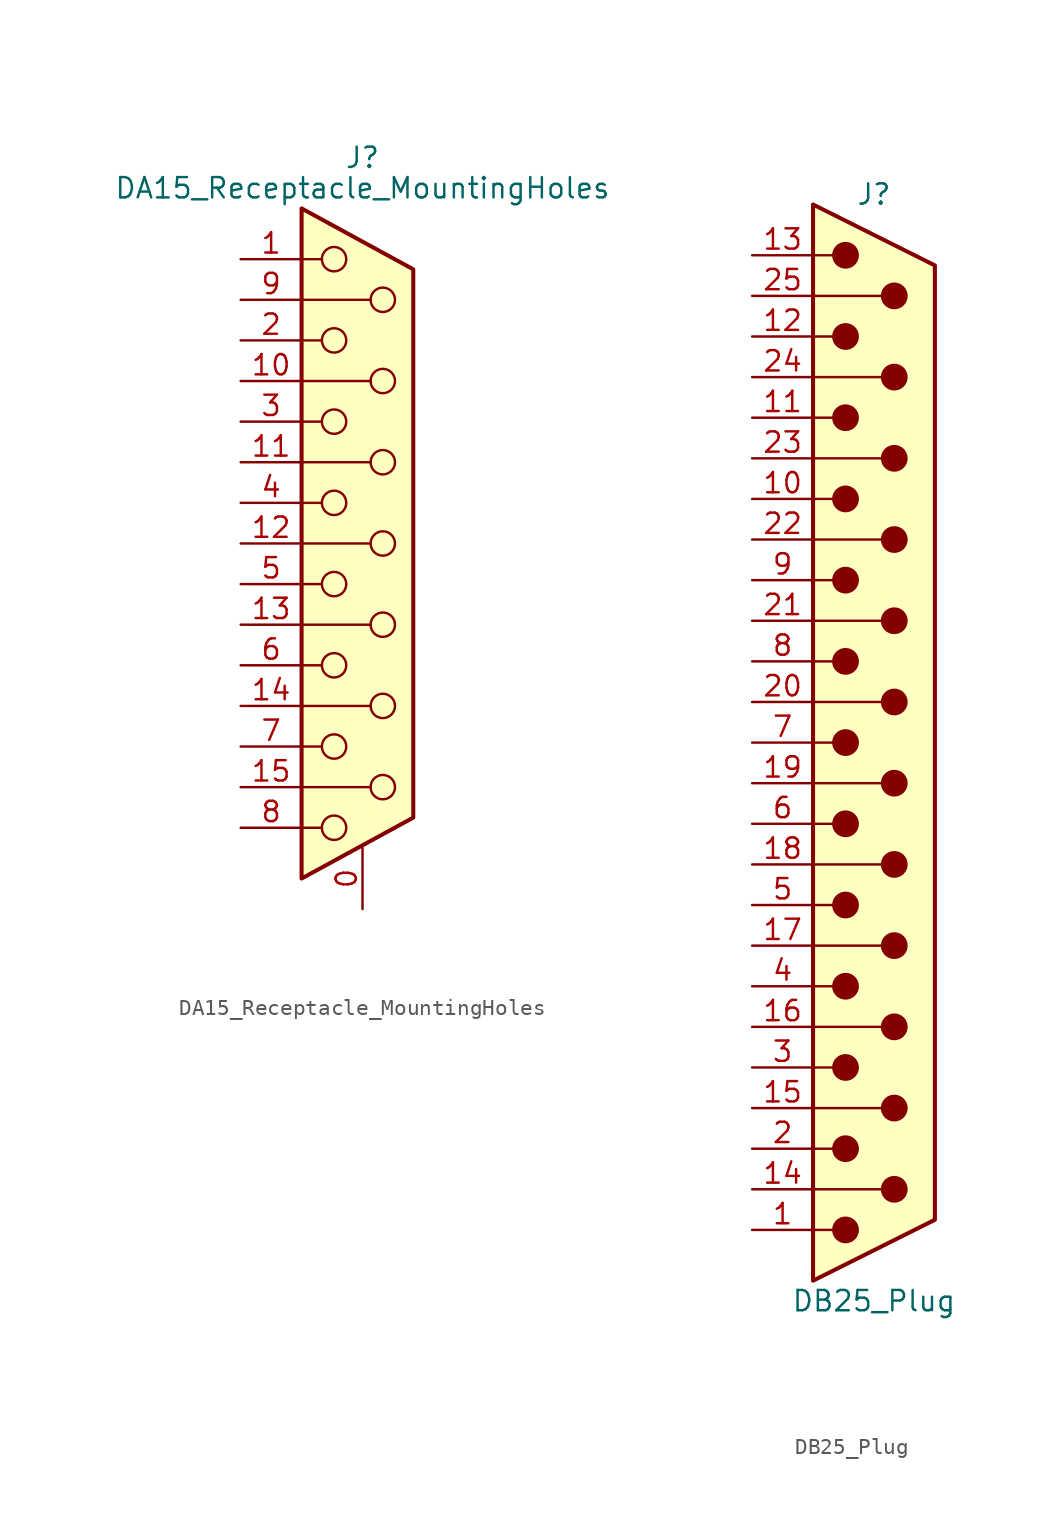
<source format=kicad_sym>
(kicad_symbol_lib
  (version 20220914)
  (generator kicad_symbol_editor)
  (symbol "DA15_Receptacle_MountingHoles"
    (pin_names
      (offset 1.016) hide)
    (property "Reference" "J"
      (at 0 24.13 0)
      (effects (font (size 1.27 1.27))))
    (property "Value" "DA15_Receptacle_MountingHoles"
      (at 0 22.225 0)
      (effects (font (size 1.27 1.27))))
    (symbol "DA15_Receptacle_MountingHoles_0_1"
      (circle (center -1.778 -17.78) (radius 0.762) (stroke (width 0) (type default)) (fill (type none)))
      (circle (center -1.778 -12.7) (radius 0.762) (stroke (width 0) (type default)) (fill (type none)))
      (circle (center -1.778 -7.62) (radius 0.762) (stroke (width 0) (type default)) (fill (type none)))
      (circle (center -1.778 -2.54) (radius 0.762) (stroke (width 0) (type default)) (fill (type none)))
      (circle (center -1.778 2.54) (radius 0.762) (stroke (width 0) (type default)) (fill (type none)))
      (circle (center -1.778 7.62) (radius 0.762) (stroke (width 0) (type default)) (fill (type none)))
      (circle (center -1.778 12.7) (radius 0.762) (stroke (width 0) (type default)) (fill (type none)))
      (circle (center -1.778 17.78) (radius 0.762) (stroke (width 0) (type default)) (fill (type none)))
      (polyline (pts (xy -3.81 -17.78) (xy -2.54 -17.78)) (stroke (width 0) (type default)) (fill (type none)))
      (polyline (pts (xy -3.81 -15.24) (xy 0.508 -15.24)) (stroke (width 0) (type default)) (fill (type none)))
      (polyline (pts (xy -3.81 -12.7) (xy -2.54 -12.7)) (stroke (width 0) (type default)) (fill (type none)))
      (polyline (pts (xy -3.81 -10.16) (xy 0.508 -10.16)) (stroke (width 0) (type default)) (fill (type none)))
      (polyline (pts (xy -3.81 -7.62) (xy -2.54 -7.62)) (stroke (width 0) (type default)) (fill (type none)))
      (polyline (pts (xy -3.81 -5.08) (xy 0.508 -5.08)) (stroke (width 0) (type default)) (fill (type none)))
      (polyline (pts (xy -3.81 -2.54) (xy -2.54 -2.54)) (stroke (width 0) (type default)) (fill (type none)))
      (polyline (pts (xy -3.81 0) (xy 0.508 0)) (stroke (width 0) (type default)) (fill (type none)))
      (polyline (pts (xy -3.81 2.54) (xy -2.54 2.54)) (stroke (width 0) (type default)) (fill (type none)))
      (polyline (pts (xy -3.81 5.08) (xy 0.508 5.08)) (stroke (width 0) (type default)) (fill (type none)))
      (polyline (pts (xy -3.81 7.62) (xy -2.54 7.62)) (stroke (width 0) (type default)) (fill (type none)))
      (polyline (pts (xy -3.81 10.16) (xy 0.508 10.16)) (stroke (width 0) (type default)) (fill (type none)))
      (polyline (pts (xy -3.81 12.7) (xy -2.54 12.7)) (stroke (width 0) (type default)) (fill (type none)))
      (polyline (pts (xy -3.81 15.24) (xy 0.508 15.24)) (stroke (width 0) (type default)) (fill (type none)))
      (polyline (pts (xy -3.81 17.78) (xy -2.54 17.78)) (stroke (width 0) (type default)) (fill (type none)))
      (polyline (pts (xy -3.81 20.955) (xy 3.175 17.145) (xy 3.175 -17.145) (xy -3.81 -20.955) (xy -3.81 20.955)) (stroke (width 0.254) (type default)) (fill (type background)))
      (circle (center 1.27 -15.24) (radius 0.762) (stroke (width 0) (type default)) (fill (type none)))
      (circle (center 1.27 -10.16) (radius 0.762) (stroke (width 0) (type default)) (fill (type none)))
      (circle (center 1.27 -5.08) (radius 0.762) (stroke (width 0) (type default)) (fill (type none)))
      (circle (center 1.27 0) (radius 0.762) (stroke (width 0) (type default)) (fill (type none)))
      (circle (center 1.27 5.08) (radius 0.762) (stroke (width 0) (type default)) (fill (type none)))
      (circle (center 1.27 10.16) (radius 0.762) (stroke (width 0) (type default)) (fill (type none)))
      (circle (center 1.27 15.24) (radius 0.762) (stroke (width 0) (type default)) (fill (type none))))
    (symbol "DA15_Receptacle_MountingHoles_1_1"
      (pin passive line (at 0 -22.86 90) (length 3.81) (name "PAD" (effects (font (size 1.27 1.27)))) (number "0" (effects (font (size 1.27 1.27)))))
      (pin passive line (at -7.62 17.78 0) (length 3.81) (name "1" (effects (font (size 1.27 1.27)))) (number "1" (effects (font (size 1.27 1.27)))))
      (pin passive line (at -7.62 10.16 0) (length 3.81) (name "P10" (effects (font (size 1.27 1.27)))) (number "10" (effects (font (size 1.27 1.27)))))
      (pin passive line (at -7.62 5.08 0) (length 3.81) (name "P111" (effects (font (size 1.27 1.27)))) (number "11" (effects (font (size 1.27 1.27)))))
      (pin passive line (at -7.62 0 0) (length 3.81) (name "P12" (effects (font (size 1.27 1.27)))) (number "12" (effects (font (size 1.27 1.27)))))
      (pin passive line (at -7.62 -5.08 0) (length 3.81) (name "P13" (effects (font (size 1.27 1.27)))) (number "13" (effects (font (size 1.27 1.27)))))
      (pin passive line (at -7.62 -10.16 0) (length 3.81) (name "P14" (effects (font (size 1.27 1.27)))) (number "14" (effects (font (size 1.27 1.27)))))
      (pin passive line (at -7.62 -15.24 0) (length 3.81) (name "P15" (effects (font (size 1.27 1.27)))) (number "15" (effects (font (size 1.27 1.27)))))
      (pin passive line (at -7.62 12.7 0) (length 3.81) (name "2" (effects (font (size 1.27 1.27)))) (number "2" (effects (font (size 1.27 1.27)))))
      (pin passive line (at -7.62 7.62 0) (length 3.81) (name "3" (effects (font (size 1.27 1.27)))) (number "3" (effects (font (size 1.27 1.27)))))
      (pin passive line (at -7.62 2.54 0) (length 3.81) (name "4" (effects (font (size 1.27 1.27)))) (number "4" (effects (font (size 1.27 1.27)))))
      (pin passive line (at -7.62 -2.54 0) (length 3.81) (name "5" (effects (font (size 1.27 1.27)))) (number "5" (effects (font (size 1.27 1.27)))))
      (pin passive line (at -7.62 -7.62 0) (length 3.81) (name "6" (effects (font (size 1.27 1.27)))) (number "6" (effects (font (size 1.27 1.27)))))
      (pin passive line (at -7.62 -12.7 0) (length 3.81) (name "7" (effects (font (size 1.27 1.27)))) (number "7" (effects (font (size 1.27 1.27)))))
      (pin passive line (at -7.62 -17.78 0) (length 3.81) (name "8" (effects (font (size 1.27 1.27)))) (number "8" (effects (font (size 1.27 1.27)))))
      (pin passive line (at -7.62 15.24 0) (length 3.81) (name "P9" (effects (font (size 1.27 1.27)))) (number "9" (effects (font (size 1.27 1.27)))))))
  (symbol "DB25_Plug"
    (pin_names
      (offset 1.016) hide)
    (property "Reference" "J"
      (at 0 34.29 0)
      (effects (font (size 1.27 1.27))))
    (property "Value" "DB25_Plug"
      (at 0 -34.925 0)
      (effects (font (size 1.27 1.27))))
    (symbol "DB25_Plug_0_1"
      (circle (center -1.778 -30.48) (radius 0.762) (stroke (width 0) (type default)) (fill (type outline)))
      (circle (center -1.778 -25.4) (radius 0.762) (stroke (width 0) (type default)) (fill (type outline)))
      (circle (center -1.778 -20.32) (radius 0.762) (stroke (width 0) (type default)) (fill (type outline)))
      (circle (center -1.778 -15.24) (radius 0.762) (stroke (width 0) (type default)) (fill (type outline)))
      (circle (center -1.778 -10.16) (radius 0.762) (stroke (width 0) (type default)) (fill (type outline)))
      (circle (center -1.778 -5.08) (radius 0.762) (stroke (width 0) (type default)) (fill (type outline)))
      (circle (center -1.778 0) (radius 0.762) (stroke (width 0) (type default)) (fill (type outline)))
      (circle (center -1.778 5.08) (radius 0.762) (stroke (width 0) (type default)) (fill (type outline)))
      (circle (center -1.778 10.16) (radius 0.762) (stroke (width 0) (type default)) (fill (type outline)))
      (circle (center -1.778 15.24) (radius 0.762) (stroke (width 0) (type default)) (fill (type outline)))
      (circle (center -1.778 20.32) (radius 0.762) (stroke (width 0) (type default)) (fill (type outline)))
      (circle (center -1.778 25.4) (radius 0.762) (stroke (width 0) (type default)) (fill (type outline)))
      (circle (center -1.778 30.48) (radius 0.762) (stroke (width 0) (type default)) (fill (type outline)))
      (polyline (pts (xy -3.81 -30.48) (xy -2.54 -30.48)) (stroke (width 0) (type default)) (fill (type none)))
      (polyline (pts (xy -3.81 -27.94) (xy 0.508 -27.94)) (stroke (width 0) (type default)) (fill (type none)))
      (polyline (pts (xy -3.81 -25.4) (xy -2.54 -25.4)) (stroke (width 0) (type default)) (fill (type none)))
      (polyline (pts (xy -3.81 -22.86) (xy 0.508 -22.86)) (stroke (width 0) (type default)) (fill (type none)))
      (polyline (pts (xy -3.81 -20.32) (xy -2.54 -20.32)) (stroke (width 0) (type default)) (fill (type none)))
      (polyline (pts (xy -3.81 -17.78) (xy 0.508 -17.78)) (stroke (width 0) (type default)) (fill (type none)))
      (polyline (pts (xy -3.81 -15.24) (xy -2.54 -15.24)) (stroke (width 0) (type default)) (fill (type none)))
      (polyline (pts (xy -3.81 -12.7) (xy 0.508 -12.7)) (stroke (width 0) (type default)) (fill (type none)))
      (polyline (pts (xy -3.81 -10.16) (xy -2.54 -10.16)) (stroke (width 0) (type default)) (fill (type none)))
      (polyline (pts (xy -3.81 -7.62) (xy 0.508 -7.62)) (stroke (width 0) (type default)) (fill (type none)))
      (polyline (pts (xy -3.81 -5.08) (xy -2.54 -5.08)) (stroke (width 0) (type default)) (fill (type none)))
      (polyline (pts (xy -3.81 -2.54) (xy 0.508 -2.54)) (stroke (width 0) (type default)) (fill (type none)))
      (polyline (pts (xy -3.81 0) (xy -2.54 0)) (stroke (width 0) (type default)) (fill (type none)))
      (polyline (pts (xy -3.81 2.54) (xy 0.508 2.54)) (stroke (width 0) (type default)) (fill (type none)))
      (polyline (pts (xy -3.81 5.08) (xy -2.54 5.08)) (stroke (width 0) (type default)) (fill (type none)))
      (polyline (pts (xy -3.81 7.62) (xy 0.508 7.62)) (stroke (width 0) (type default)) (fill (type none)))
      (polyline (pts (xy -3.81 10.16) (xy -2.54 10.16)) (stroke (width 0) (type default)) (fill (type none)))
      (polyline (pts (xy -3.81 12.7) (xy 0.508 12.7)) (stroke (width 0) (type default)) (fill (type none)))
      (polyline (pts (xy -3.81 15.24) (xy -2.54 15.24)) (stroke (width 0) (type default)) (fill (type none)))
      (polyline (pts (xy -3.81 17.78) (xy 0.508 17.78)) (stroke (width 0) (type default)) (fill (type none)))
      (polyline (pts (xy -3.81 20.32) (xy -2.54 20.32)) (stroke (width 0) (type default)) (fill (type none)))
      (polyline (pts (xy -3.81 22.86) (xy 0.508 22.86)) (stroke (width 0) (type default)) (fill (type none)))
      (polyline (pts (xy -3.81 25.4) (xy -2.54 25.4)) (stroke (width 0) (type default)) (fill (type none)))
      (polyline (pts (xy -3.81 27.94) (xy 0.508 27.94)) (stroke (width 0) (type default)) (fill (type none)))
      (polyline (pts (xy -3.81 30.48) (xy -2.54 30.48)) (stroke (width 0) (type default)) (fill (type none)))
      (polyline (pts (xy -3.81 -33.655) (xy 3.81 -29.845) (xy 3.81 29.845) (xy -3.81 33.655) (xy -3.81 -33.655)) (stroke (width 0.254) (type default)) (fill (type background)))
      (circle (center 1.27 -27.94) (radius 0.762) (stroke (width 0) (type default)) (fill (type outline)))
      (circle (center 1.27 -22.86) (radius 0.762) (stroke (width 0) (type default)) (fill (type outline)))
      (circle (center 1.27 -17.78) (radius 0.762) (stroke (width 0) (type default)) (fill (type outline)))
      (circle (center 1.27 -12.7) (radius 0.762) (stroke (width 0) (type default)) (fill (type outline)))
      (circle (center 1.27 -7.62) (radius 0.762) (stroke (width 0) (type default)) (fill (type outline)))
      (circle (center 1.27 -2.54) (radius 0.762) (stroke (width 0) (type default)) (fill (type outline)))
      (circle (center 1.27 2.54) (radius 0.762) (stroke (width 0) (type default)) (fill (type outline)))
      (circle (center 1.27 7.62) (radius 0.762) (stroke (width 0) (type default)) (fill (type outline)))
      (circle (center 1.27 12.7) (radius 0.762) (stroke (width 0) (type default)) (fill (type outline)))
      (circle (center 1.27 17.78) (radius 0.762) (stroke (width 0) (type default)) (fill (type outline)))
      (circle (center 1.27 22.86) (radius 0.762) (stroke (width 0) (type default)) (fill (type outline)))
      (circle (center 1.27 27.94) (radius 0.762) (stroke (width 0) (type default)) (fill (type outline))))
    (symbol "DB25_Plug_1_1"
      (pin passive line (at -7.62 -30.48 0) (length 3.81) (name "1" (effects (font (size 1.27 1.27)))) (number "1" (effects (font (size 1.27 1.27)))))
      (pin passive line (at -7.62 15.24 0) (length 3.81) (name "10" (effects (font (size 1.27 1.27)))) (number "10" (effects (font (size 1.27 1.27)))))
      (pin passive line (at -7.62 20.32 0) (length 3.81) (name "11" (effects (font (size 1.27 1.27)))) (number "11" (effects (font (size 1.27 1.27)))))
      (pin passive line (at -7.62 25.4 0) (length 3.81) (name "12" (effects (font (size 1.27 1.27)))) (number "12" (effects (font (size 1.27 1.27)))))
      (pin passive line (at -7.62 30.48 0) (length 3.81) (name "13" (effects (font (size 1.27 1.27)))) (number "13" (effects (font (size 1.27 1.27)))))
      (pin passive line (at -7.62 -27.94 0) (length 3.81) (name "P14" (effects (font (size 1.27 1.27)))) (number "14" (effects (font (size 1.27 1.27)))))
      (pin passive line (at -7.62 -22.86 0) (length 3.81) (name "P15" (effects (font (size 1.27 1.27)))) (number "15" (effects (font (size 1.27 1.27)))))
      (pin passive line (at -7.62 -17.78 0) (length 3.81) (name "P16" (effects (font (size 1.27 1.27)))) (number "16" (effects (font (size 1.27 1.27)))))
      (pin passive line (at -7.62 -12.7 0) (length 3.81) (name "P17" (effects (font (size 1.27 1.27)))) (number "17" (effects (font (size 1.27 1.27)))))
      (pin passive line (at -7.62 -7.62 0) (length 3.81) (name "P18" (effects (font (size 1.27 1.27)))) (number "18" (effects (font (size 1.27 1.27)))))
      (pin passive line (at -7.62 -2.54 0) (length 3.81) (name "P19" (effects (font (size 1.27 1.27)))) (number "19" (effects (font (size 1.27 1.27)))))
      (pin passive line (at -7.62 -25.4 0) (length 3.81) (name "2" (effects (font (size 1.27 1.27)))) (number "2" (effects (font (size 1.27 1.27)))))
      (pin passive line (at -7.62 2.54 0) (length 3.81) (name "P20" (effects (font (size 1.27 1.27)))) (number "20" (effects (font (size 1.27 1.27)))))
      (pin passive line (at -7.62 7.62 0) (length 3.81) (name "P21" (effects (font (size 1.27 1.27)))) (number "21" (effects (font (size 1.27 1.27)))))
      (pin passive line (at -7.62 12.7 0) (length 3.81) (name "P22" (effects (font (size 1.27 1.27)))) (number "22" (effects (font (size 1.27 1.27)))))
      (pin passive line (at -7.62 17.78 0) (length 3.81) (name "P23" (effects (font (size 1.27 1.27)))) (number "23" (effects (font (size 1.27 1.27)))))
      (pin passive line (at -7.62 22.86 0) (length 3.81) (name "P24" (effects (font (size 1.27 1.27)))) (number "24" (effects (font (size 1.27 1.27)))))
      (pin passive line (at -7.62 27.94 0) (length 3.81) (name "P25" (effects (font (size 1.27 1.27)))) (number "25" (effects (font (size 1.27 1.27)))))
      (pin passive line (at -7.62 -20.32 0) (length 3.81) (name "3" (effects (font (size 1.27 1.27)))) (number "3" (effects (font (size 1.27 1.27)))))
      (pin passive line (at -7.62 -15.24 0) (length 3.81) (name "4" (effects (font (size 1.27 1.27)))) (number "4" (effects (font (size 1.27 1.27)))))
      (pin passive line (at -7.62 -10.16 0) (length 3.81) (name "5" (effects (font (size 1.27 1.27)))) (number "5" (effects (font (size 1.27 1.27)))))
      (pin passive line (at -7.62 -5.08 0) (length 3.81) (name "6" (effects (font (size 1.27 1.27)))) (number "6" (effects (font (size 1.27 1.27)))))
      (pin passive line (at -7.62 0 0) (length 3.81) (name "7" (effects (font (size 1.27 1.27)))) (number "7" (effects (font (size 1.27 1.27)))))
      (pin passive line (at -7.62 5.08 0) (length 3.81) (name "8" (effects (font (size 1.27 1.27)))) (number "8" (effects (font (size 1.27 1.27)))))
      (pin passive line (at -7.62 10.16 0) (length 3.81) (name "9" (effects (font (size 1.27 1.27)))) (number "9" (effects (font (size 1.27 1.27))))))))
</source>
